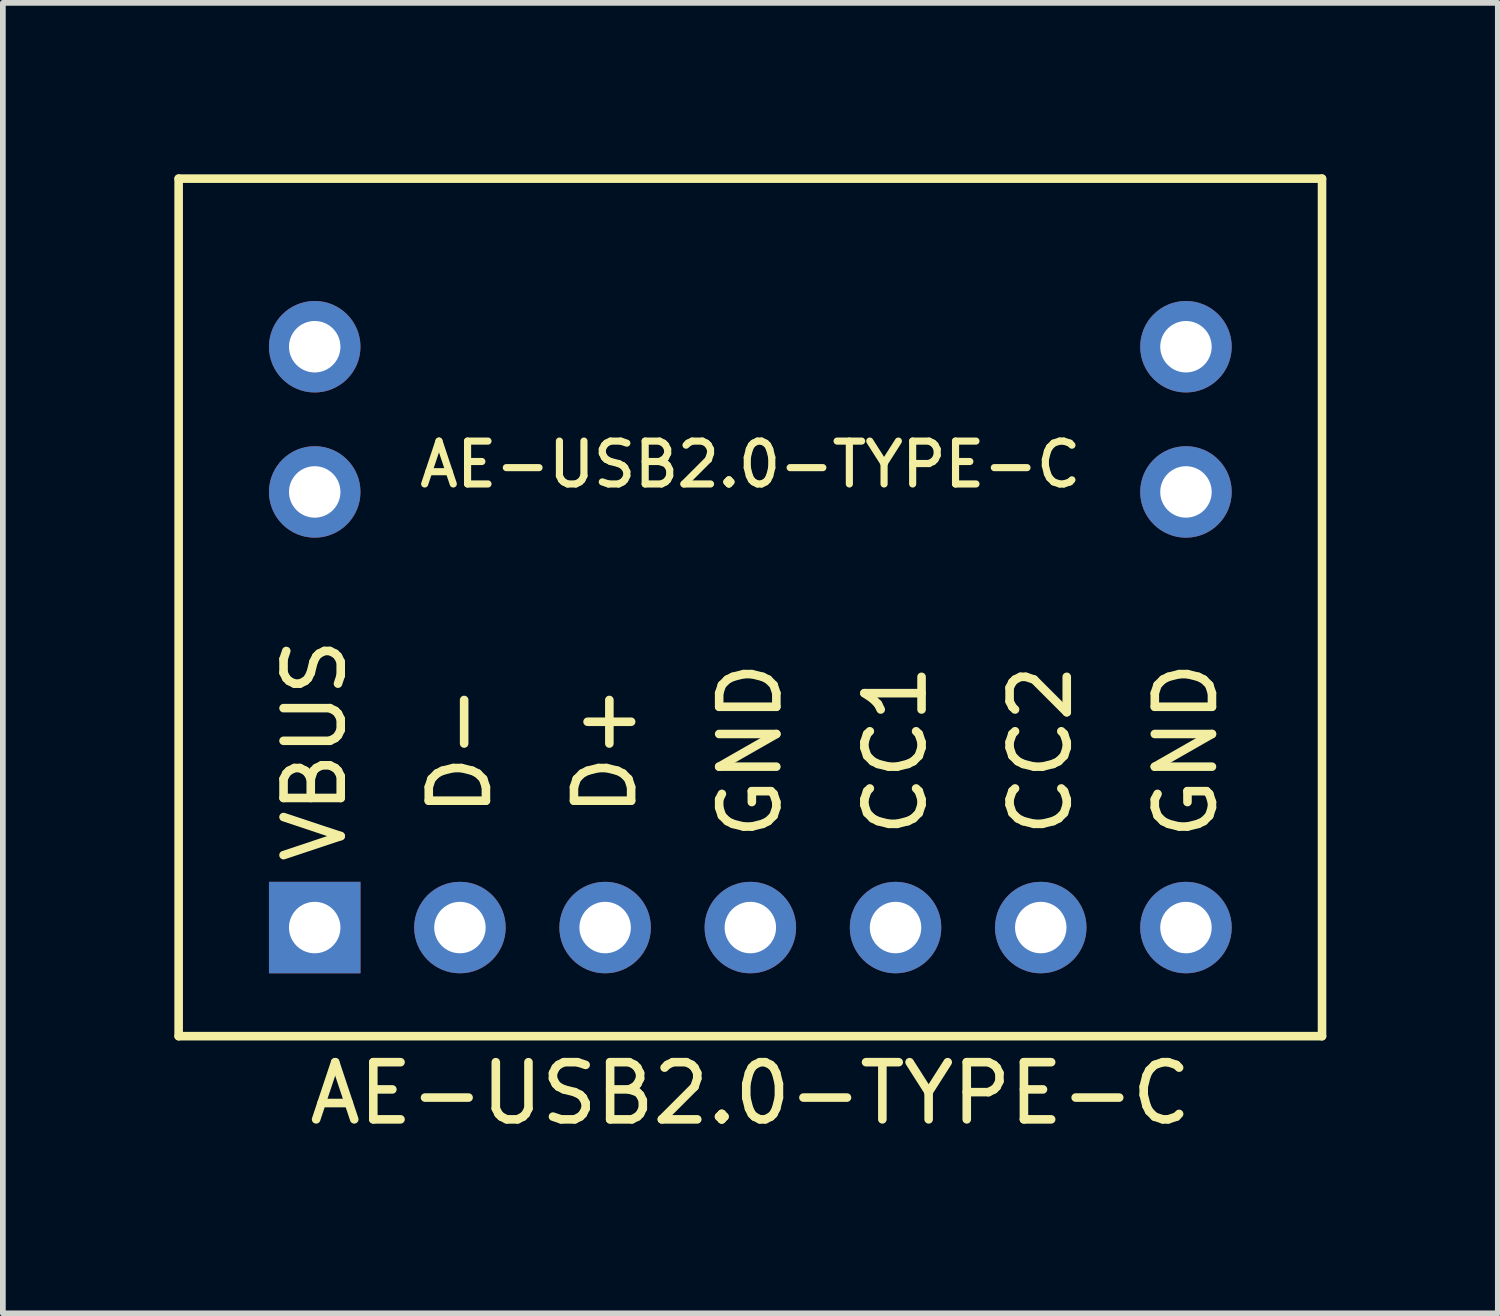
<source format=kicad_pcb>
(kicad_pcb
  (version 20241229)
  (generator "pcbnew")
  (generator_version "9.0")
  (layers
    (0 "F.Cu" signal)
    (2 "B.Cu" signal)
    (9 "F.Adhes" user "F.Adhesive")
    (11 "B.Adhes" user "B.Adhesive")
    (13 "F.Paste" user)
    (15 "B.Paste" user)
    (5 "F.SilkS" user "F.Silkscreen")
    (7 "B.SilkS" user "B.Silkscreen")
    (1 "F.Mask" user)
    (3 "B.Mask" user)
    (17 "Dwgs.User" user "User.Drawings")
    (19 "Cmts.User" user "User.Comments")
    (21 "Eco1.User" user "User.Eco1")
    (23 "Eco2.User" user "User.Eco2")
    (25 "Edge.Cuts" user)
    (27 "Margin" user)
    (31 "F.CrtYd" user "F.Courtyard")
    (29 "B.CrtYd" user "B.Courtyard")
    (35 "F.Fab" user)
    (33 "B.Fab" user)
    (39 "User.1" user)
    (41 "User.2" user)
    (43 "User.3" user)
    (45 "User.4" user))
  (footprint "AE-USB2.0-TYPE-C"
    (layer "F.Cu")
    (at 10.075 10.075)
    (property "Reference" "AE-USB2.0-TYPE-C" (at 0 6 0) (layer "F.SilkS") (effects (font (size 1 1) (thickness 0.15))))
    (attr through_hole)
    (fp_line (start -10 -10) (end -10 5) (stroke (width 0.15) (type solid)) (layer "F.SilkS"))
    (fp_line (start -10 -10) (end 10 -10) (stroke (width 0.15) (type solid)) (layer "F.SilkS"))
    (fp_line (start -10 5) (end 10 5) (stroke (width 0.15) (type solid)) (layer "F.SilkS"))
    (fp_line (start 10 5) (end 10 -10) (stroke (width 0.15) (type solid)) (layer "F.SilkS"))
    (fp_text user "CC2" (at 5.08 0 90) (layer "F.SilkS") (effects (font (size 1 1) (thickness 0.15))))
    (fp_text user "VBUS" (at -7.62 0 270) (layer "F.SilkS") (effects (font (size 1 1) (thickness 0.15))))
    (fp_text user "GND" (at 0 0 90) (layer "F.SilkS") (effects (font (size 1 1) (thickness 0.15))))
    (fp_text user "CC1" (at 2.54 0 90) (layer "F.SilkS") (effects (font (size 1 1) (thickness 0.15))))
    (fp_text user "D-" (at -5.08 0 90) (layer "F.SilkS") (effects (font (size 1 1) (thickness 0.15))))
    (fp_text user "D+" (at -2.54 0 90) (layer "F.SilkS") (effects (font (size 1 1) (thickness 0.15))))
    (fp_text user "AE-USB2.0-TYPE-C" (at 0 -5 180) (layer "F.SilkS") (effects (font (size 0.75 0.75) (thickness 0.125))))
    (fp_text user "GND" (at 7.62 0 90) (layer "F.SilkS") (effects (font (size 1 1) (thickness 0.15))))
    (pad "A1" thru_hole circle (at 0 3.1) (size 1.6 1.6) (drill 0.9) (layers "*.Cu" "*.Mask"))
    (pad "A1" thru_hole circle (at 7.62 3.1) (size 1.6 1.6) (drill 0.9) (layers "*.Cu" "*.Mask"))
    (pad "A4" thru_hole rect (at -7.62 3.1 90) (size 1.6 1.6) (drill 0.9) (layers "*.Cu" "*.Mask"))
    (pad "A5" thru_hole circle (at 2.54 3.1) (size 1.6 1.6) (drill 0.9) (layers "*.Cu" "*.Mask"))
    (pad "A6" thru_hole circle (at -2.54 3.1) (size 1.6 1.6) (drill 0.9) (layers "*.Cu" "*.Mask"))
    (pad "A7" thru_hole circle (at -5.08 3.1) (size 1.6 1.6) (drill 0.9) (layers "*.Cu" "*.Mask"))
    (pad "B5" thru_hole circle (at 5.08 3.1) (size 1.6 1.6) (drill 0.9) (layers "*.Cu" "*.Mask"))
    (pad "S1" thru_hole circle (at -7.62 -7.06) (size 1.6 1.6) (drill 0.9) (layers "*.Cu" "*.Mask"))
    (pad "S1" thru_hole circle (at -7.62 -4.52) (size 1.6 1.6) (drill 0.9) (layers "*.Cu" "*.Mask"))
    (pad "S1" thru_hole circle (at 7.62 -7.06) (size 1.6 1.6) (drill 0.9) (layers "*.Cu" "*.Mask"))
    (pad "S1" thru_hole circle (at 7.62 -4.52) (size 1.6 1.6) (drill 0.9) (layers "*.Cu" "*.Mask")))
  (gr_rect
    (start -3 -3)
    (end 23.15 19.923)
    (stroke (width 0.1) (type default))
    (fill no)
    (layer "Edge.Cuts")))
</source>
